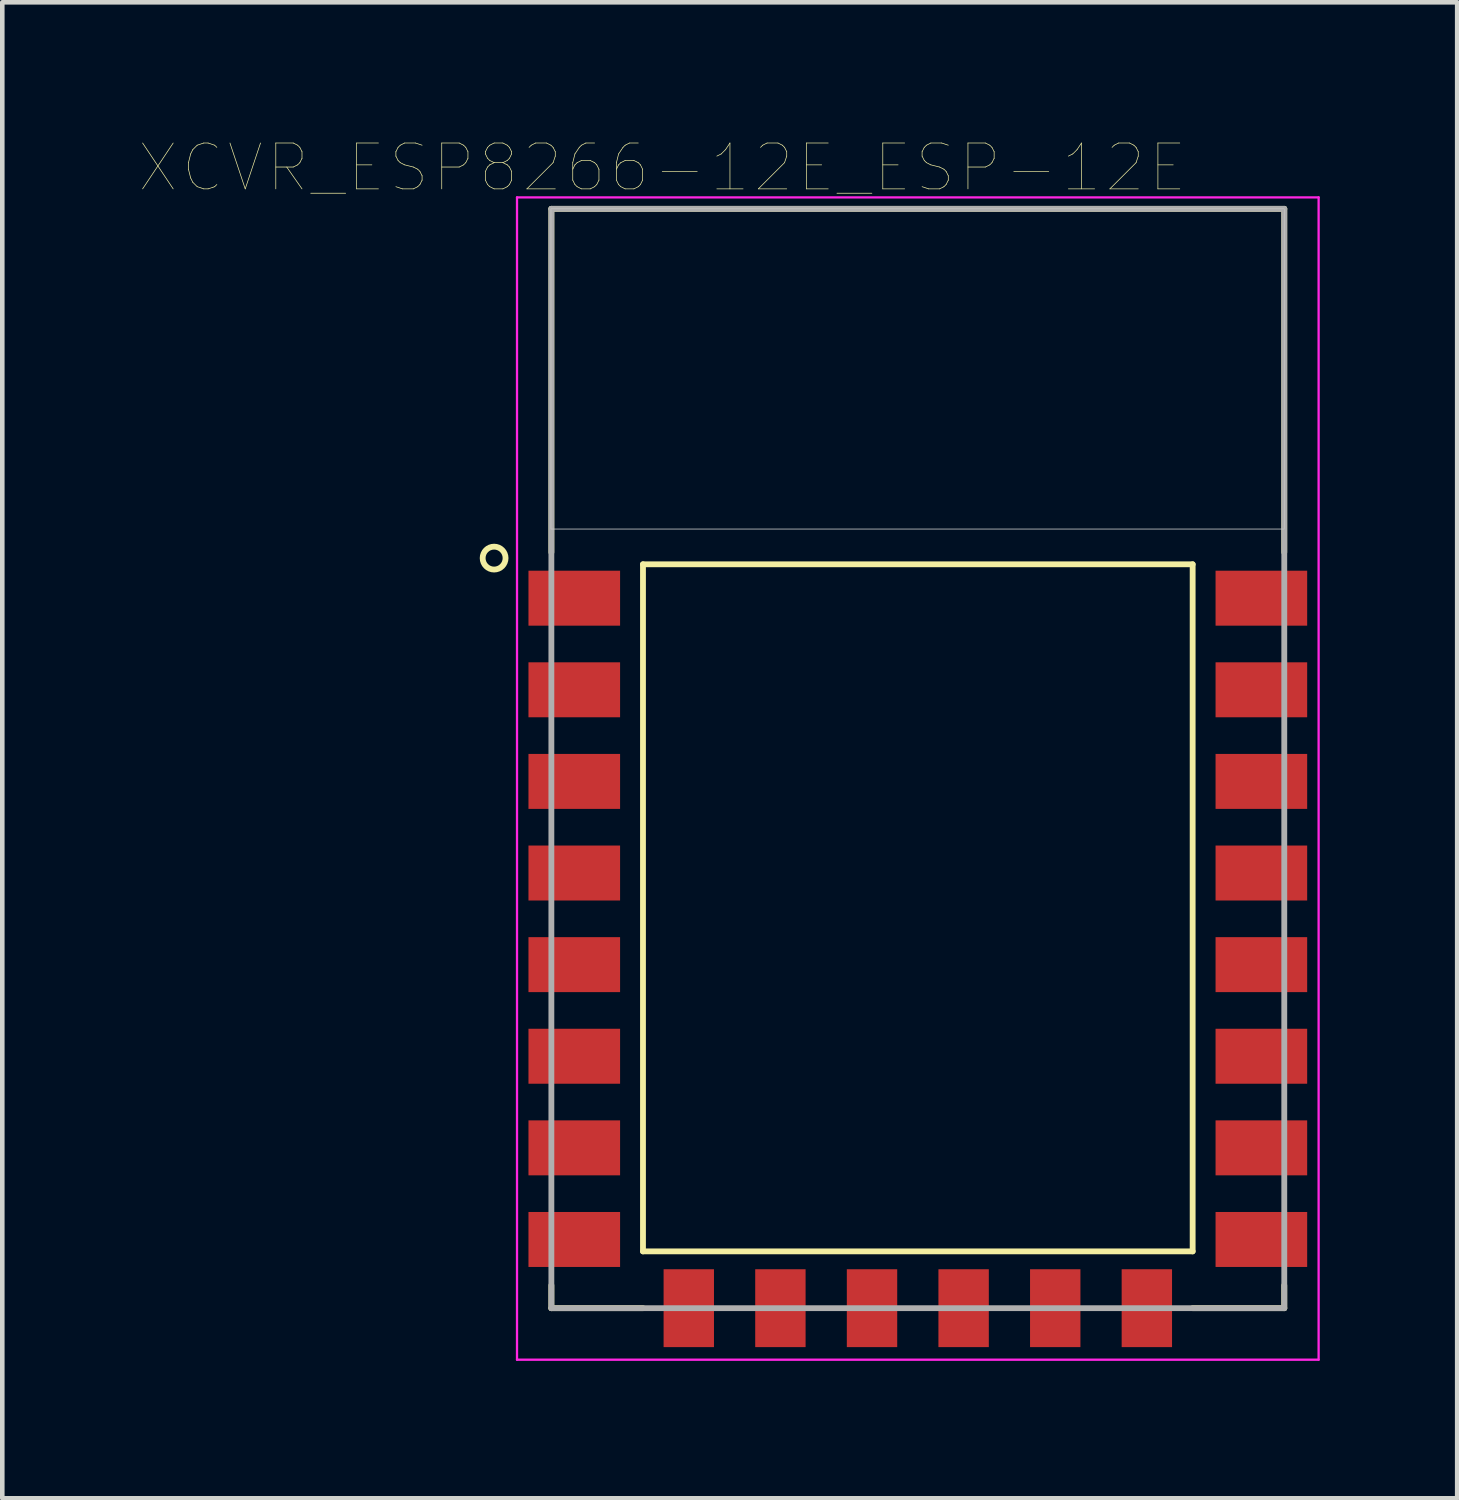
<source format=kicad_pcb>
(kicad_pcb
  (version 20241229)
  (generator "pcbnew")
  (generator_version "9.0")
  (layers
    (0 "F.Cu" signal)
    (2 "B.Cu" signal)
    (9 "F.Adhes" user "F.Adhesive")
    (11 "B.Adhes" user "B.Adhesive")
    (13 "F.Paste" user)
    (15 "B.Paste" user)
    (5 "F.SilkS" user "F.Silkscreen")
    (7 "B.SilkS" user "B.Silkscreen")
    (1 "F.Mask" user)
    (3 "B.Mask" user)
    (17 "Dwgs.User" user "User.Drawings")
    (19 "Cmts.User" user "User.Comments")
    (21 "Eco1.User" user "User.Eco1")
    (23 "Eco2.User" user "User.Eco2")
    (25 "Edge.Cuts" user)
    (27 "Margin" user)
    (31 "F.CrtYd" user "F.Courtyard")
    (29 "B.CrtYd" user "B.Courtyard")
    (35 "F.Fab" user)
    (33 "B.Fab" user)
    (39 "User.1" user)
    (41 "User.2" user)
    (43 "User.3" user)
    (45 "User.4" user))
  (footprint "XCVR_ESP8266-12E_ESP-12E"
    (layer "F.Cu")
    (at 16.987 17.009)
    (property "Reference" "XCVR_ESP8266-12E_ESP-12E" (at -5.579 -16.398 0) (layer "F.SilkS") (effects (font (size 1.001 1.001) (thickness 0.015))))
    (attr through_hole)
    (fp_line (start -8 -15.5) (end 8 -15.5) (stroke (width 0.127) (type solid)) (layer "F.SilkS"))
    (fp_line (start -8 -8) (end -8 -15.5) (stroke (width 0.127) (type solid)) (layer "F.SilkS"))
    (fp_line (start -8 8) (end -8 8.5) (stroke (width 0.127) (type solid)) (layer "F.SilkS"))
    (fp_line (start -8 8.5) (end -6 8.5) (stroke (width 0.127) (type solid)) (layer "F.SilkS"))
    (fp_line (start -6 -7.74) (end 6 -7.74) (stroke (width 0.127) (type solid)) (layer "F.SilkS"))
    (fp_line (start -6 7.26) (end -6 -7.74) (stroke (width 0.127) (type solid)) (layer "F.SilkS"))
    (fp_line (start 6 -7.74) (end 6 7.26) (stroke (width 0.127) (type solid)) (layer "F.SilkS"))
    (fp_line (start 6 7.26) (end -6 7.26) (stroke (width 0.127) (type solid)) (layer "F.SilkS"))
    (fp_line (start 8 -15.5) (end 8 -8) (stroke (width 0.127) (type solid)) (layer "F.SilkS"))
    (fp_line (start 8 8) (end 8 8.5) (stroke (width 0.127) (type solid)) (layer "F.SilkS"))
    (fp_line (start 8 8.5) (end 6 8.5) (stroke (width 0.127) (type solid)) (layer "F.SilkS"))
    (fp_circle (center -9.25 -7.875) (end -9 -7.875) (stroke (width 0.127) (type solid)) (fill no) (layer "F.SilkS"))
    (fp_poly (pts (xy -8.009 -15.5) (xy 8 -15.5) (xy 8 -8.51) (xy -8.009 -8.51)) (stroke (width 0.01) (type solid)) (fill no) (layer "Dwgs.User"))
    (fp_poly (pts (xy -8.009 -15.5) (xy 8 -15.5) (xy 8 -8.51) (xy -8.009 -8.51)) (stroke (width 0.01) (type solid)) (fill no) (layer "Dwgs.User"))
    (fp_line (start -8.75 -15.75) (end -8.75 9.625) (stroke (width 0.05) (type solid)) (layer "F.CrtYd"))
    (fp_line (start -8.75 9.625) (end 8.75 9.625) (stroke (width 0.05) (type solid)) (layer "F.CrtYd"))
    (fp_line (start 8.75 -15.75) (end -8.75 -15.75) (stroke (width 0.05) (type solid)) (layer "F.CrtYd"))
    (fp_line (start 8.75 9.625) (end 8.75 -15.75) (stroke (width 0.05) (type solid)) (layer "F.CrtYd"))
    (fp_line (start -8 -15.5) (end 8 -15.5) (stroke (width 0.127) (type solid)) (layer "F.Fab"))
    (fp_line (start -8 8.5) (end -8 -15.5) (stroke (width 0.127) (type solid)) (layer "F.Fab"))
    (fp_line (start 8 -15.5) (end 8 8.5) (stroke (width 0.127) (type solid)) (layer "F.Fab"))
    (fp_line (start 8 8.5) (end -8 8.5) (stroke (width 0.127) (type solid)) (layer "F.Fab"))
    (pad "1" smd rect (at -7.5 -7) (size 2 1.2) (layers "F.Cu" "F.Mask" "F.Paste"))
    (pad "2" smd rect (at -7.5 -5) (size 2 1.2) (layers "F.Cu" "F.Mask" "F.Paste"))
    (pad "3" smd rect (at -7.5 -3) (size 2 1.2) (layers "F.Cu" "F.Mask" "F.Paste"))
    (pad "4" smd rect (at -7.5 -1) (size 2 1.2) (layers "F.Cu" "F.Mask" "F.Paste"))
    (pad "5" smd rect (at -7.5 1) (size 2 1.2) (layers "F.Cu" "F.Mask" "F.Paste"))
    (pad "6" smd rect (at -7.5 3) (size 2 1.2) (layers "F.Cu" "F.Mask" "F.Paste"))
    (pad "7" smd rect (at -7.5 5) (size 2 1.2) (layers "F.Cu" "F.Mask" "F.Paste"))
    (pad "8" smd rect (at -7.5 7) (size 2 1.2) (layers "F.Cu" "F.Mask" "F.Paste"))
    (pad "9" smd rect (at -5 8.5) (size 1.1 1.7) (layers "F.Cu" "F.Mask" "F.Paste"))
    (pad "10" smd rect (at -3 8.5) (size 1.1 1.7) (layers "F.Cu" "F.Mask" "F.Paste"))
    (pad "11" smd rect (at -1 8.5) (size 1.1 1.7) (layers "F.Cu" "F.Mask" "F.Paste"))
    (pad "12" smd rect (at 1 8.5) (size 1.1 1.7) (layers "F.Cu" "F.Mask" "F.Paste"))
    (pad "13" smd rect (at 3 8.5) (size 1.1 1.7) (layers "F.Cu" "F.Mask" "F.Paste"))
    (pad "14" smd rect (at 5 8.5) (size 1.1 1.7) (layers "F.Cu" "F.Mask" "F.Paste"))
    (pad "15" smd rect (at 7.5 7) (size 2 1.2) (layers "F.Cu" "F.Mask" "F.Paste"))
    (pad "16" smd rect (at 7.5 5) (size 2 1.2) (layers "F.Cu" "F.Mask" "F.Paste"))
    (pad "17" smd rect (at 7.5 3) (size 2 1.2) (layers "F.Cu" "F.Mask" "F.Paste"))
    (pad "18" smd rect (at 7.5 1) (size 2 1.2) (layers "F.Cu" "F.Mask" "F.Paste"))
    (pad "19" smd rect (at 7.5 -1) (size 2 1.2) (layers "F.Cu" "F.Mask" "F.Paste"))
    (pad "20" smd rect (at 7.5 -3) (size 2 1.2) (layers "F.Cu" "F.Mask" "F.Paste"))
    (pad "21" smd rect (at 7.5 -5) (size 2 1.2) (layers "F.Cu" "F.Mask" "F.Paste"))
    (pad "22" smd rect (at 7.5 -7) (size 2 1.2) (layers "F.Cu" "F.Mask" "F.Paste")))
  (gr_rect
    (start -3 -3)
    (end 28.762 29.659)
    (stroke (width 0.1) (type default))
    (fill no)
    (layer "Edge.Cuts")))
</source>
